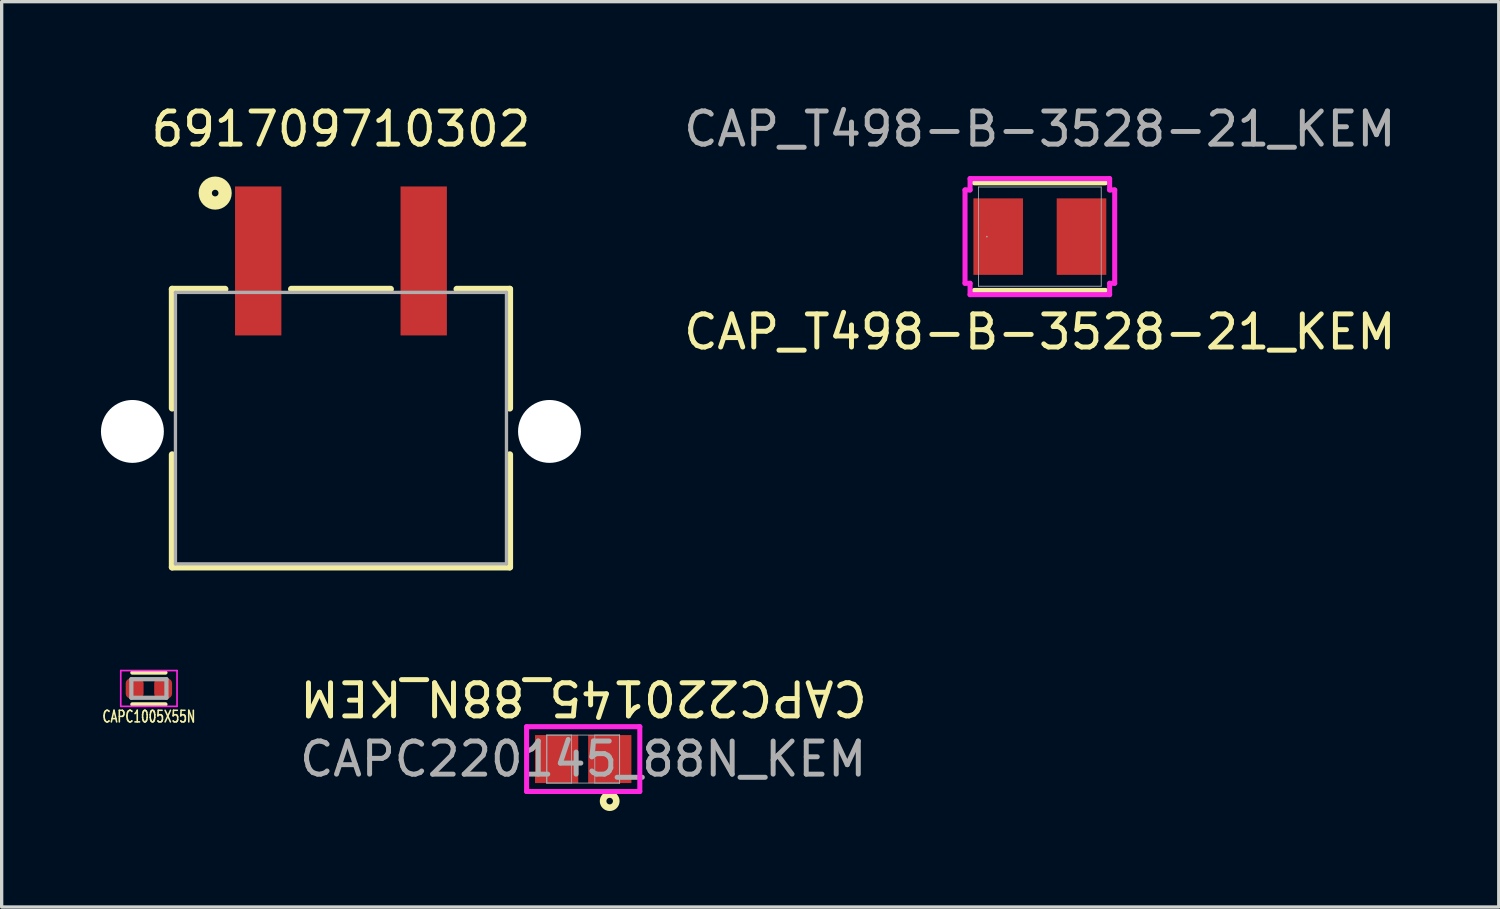
<source format=kicad_pcb>
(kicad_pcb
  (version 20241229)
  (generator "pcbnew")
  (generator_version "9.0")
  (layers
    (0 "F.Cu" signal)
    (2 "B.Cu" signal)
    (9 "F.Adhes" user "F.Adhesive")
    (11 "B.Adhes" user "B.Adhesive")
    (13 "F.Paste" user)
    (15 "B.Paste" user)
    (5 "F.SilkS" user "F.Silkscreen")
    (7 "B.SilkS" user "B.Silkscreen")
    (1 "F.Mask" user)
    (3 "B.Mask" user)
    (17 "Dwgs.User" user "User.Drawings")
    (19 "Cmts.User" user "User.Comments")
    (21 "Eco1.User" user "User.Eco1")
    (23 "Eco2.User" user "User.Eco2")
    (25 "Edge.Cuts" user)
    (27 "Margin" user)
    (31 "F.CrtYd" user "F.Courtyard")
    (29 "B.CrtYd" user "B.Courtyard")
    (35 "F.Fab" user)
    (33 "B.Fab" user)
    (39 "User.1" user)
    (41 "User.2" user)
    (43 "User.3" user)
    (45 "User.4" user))
  (footprint "CAP_T498-B-3528-21_KEM"
    (layer "F.Cu")
    (at 28.363 4.098)
    (property "Reference" "CAP_T498-B-3528-21_KEM" (at 0 2.88 0) (unlocked yes) (layer "F.SilkS") (effects (font (size 1 1) (thickness 0.15))))
    (attr smd)
    (fp_line (start -1.981 1.626) (end 1.981 1.626) (stroke (width 0.152) (type solid)) (layer "F.SilkS"))
    (fp_line (start 1.981 -1.626) (end -1.981 -1.626) (stroke (width 0.152) (type solid)) (layer "F.SilkS"))
    (fp_line (start -2.261 -1.41) (end -2.108 -1.41) (stroke (width 0.152) (type solid)) (layer "F.CrtYd"))
    (fp_line (start -2.261 1.41) (end -2.261 -1.41) (stroke (width 0.152) (type solid)) (layer "F.CrtYd"))
    (fp_line (start -2.108 -1.753) (end 2.108 -1.753) (stroke (width 0.152) (type solid)) (layer "F.CrtYd"))
    (fp_line (start -2.108 -1.41) (end -2.108 -1.753) (stroke (width 0.152) (type solid)) (layer "F.CrtYd"))
    (fp_line (start -2.108 1.41) (end -2.261 1.41) (stroke (width 0.152) (type solid)) (layer "F.CrtYd"))
    (fp_line (start -2.108 1.753) (end -2.108 1.41) (stroke (width 0.152) (type solid)) (layer "F.CrtYd"))
    (fp_line (start 2.108 -1.753) (end 2.108 -1.41) (stroke (width 0.152) (type solid)) (layer "F.CrtYd"))
    (fp_line (start 2.108 -1.41) (end 2.261 -1.41) (stroke (width 0.152) (type solid)) (layer "F.CrtYd"))
    (fp_line (start 2.108 1.41) (end 2.108 1.753) (stroke (width 0.152) (type solid)) (layer "F.CrtYd"))
    (fp_line (start 2.108 1.753) (end -2.108 1.753) (stroke (width 0.152) (type solid)) (layer "F.CrtYd"))
    (fp_line (start 2.261 -1.41) (end 2.261 1.41) (stroke (width 0.152) (type solid)) (layer "F.CrtYd"))
    (fp_line (start 2.261 1.41) (end 2.108 1.41) (stroke (width 0.152) (type solid)) (layer "F.CrtYd"))
    (fp_line (start -1.854 -1.499) (end -1.854 1.499) (stroke (width 0.025) (type solid)) (layer "F.Fab"))
    (fp_line (start -1.854 1.499) (end 1.854 1.499) (stroke (width 0.025) (type solid)) (layer "F.Fab"))
    (fp_line (start 1.854 -1.499) (end -1.854 -1.499) (stroke (width 0.025) (type solid)) (layer "F.Fab"))
    (fp_line (start 1.854 1.499) (end 1.854 -1.499) (stroke (width 0.025) (type solid)) (layer "F.Fab"))
    (fp_circle (center -1.6 0) (end -1.6 0) (stroke (width 0.025) (type solid)) (fill no) (layer "F.Fab"))
    (fp_text user "${REFERENCE}" (at 0 -3.25 0) (unlocked yes) (layer "F.Fab") (effects (font (size 1 1) (thickness 0.15))))
    (pad "1" smd rect (at -1.258 0 90) (size 2.311 1.498) (layers "F.Cu" "F.Mask" "F.Paste"))
    (pad "2" smd rect (at 1.258 0 90) (size 2.311 1.498) (layers "F.Cu" "F.Mask" "F.Paste"))
    (zone (net_name "") (layer "F.Cu") (hatch full 0.508) (connect_pads) (min_thickness 0.254) (filled_areas_thickness no) (keepout (tracks not_allowed) (vias not_allowed) (pads allowed) (copperpour not_allowed) (footprints allowed)) (placement (enabled no)) (fill) (polygon (pts (xy 26.556 2.658) (xy 26.923 2.658) (xy 26.923 2.9) (xy 26.556 2.9))))
    (zone (net_name "") (layer "F.Cu") (hatch full 0.508) (connect_pads) (min_thickness 0.254) (filled_areas_thickness no) (keepout (tracks not_allowed) (vias not_allowed) (pads allowed) (copperpour not_allowed) (footprints allowed)) (placement (enabled no)) (fill) (polygon (pts (xy 26.556 5.298) (xy 26.923 5.298) (xy 26.923 5.54) (xy 26.556 5.54))))
    (zone (net_name "") (layer "F.Cu") (hatch full 0.508) (connect_pads) (min_thickness 0.254) (filled_areas_thickness no) (keepout (tracks not_allowed) (vias not_allowed) (pads allowed) (copperpour not_allowed) (footprints allowed)) (placement (enabled no)) (fill) (polygon (pts (xy 27.47 2.65) (xy 29.266 2.65) (xy 29.266 2.892) (xy 27.47 2.892))))
    (zone (net_name "") (layer "F.Cu") (hatch full 0.508) (connect_pads) (min_thickness 0.254) (filled_areas_thickness no) (keepout (tracks not_allowed) (vias not_allowed) (pads allowed) (copperpour not_allowed) (footprints allowed)) (placement (enabled no)) (fill) (polygon (pts (xy 27.47 5.305) (xy 29.266 5.305) (xy 29.266 5.546) (xy 27.47 5.546))))
    (zone (net_name "") (layer "F.Cu") (hatch full 0.508) (connect_pads) (min_thickness 0.254) (filled_areas_thickness no) (keepout (tracks not_allowed) (vias not_allowed) (pads allowed) (copperpour not_allowed) (footprints allowed)) (placement (enabled no)) (fill) (polygon (pts (xy 27.905 2.892) (xy 28.821 2.892) (xy 28.821 5.305) (xy 27.905 5.305))))
    (zone (net_name "") (layer "F.Cu") (hatch full 0.508) (connect_pads) (min_thickness 0.254) (filled_areas_thickness no) (keepout (tracks not_allowed) (vias not_allowed) (pads allowed) (copperpour not_allowed) (footprints allowed)) (placement (enabled no)) (fill) (polygon (pts (xy 29.796 5.298) (xy 30.163 5.298) (xy 30.163 5.54) (xy 29.796 5.54))))
    (zone (net_name "") (layer "F.Cu") (hatch full 0.508) (connect_pads) (min_thickness 0.254) (filled_areas_thickness no) (keepout (tracks not_allowed) (vias not_allowed) (pads allowed) (copperpour not_allowed) (footprints allowed)) (placement (enabled no)) (fill) (polygon (pts (xy 29.81 2.657) (xy 30.176 2.657) (xy 30.176 2.898) (xy 29.81 2.898)))))
  (footprint "CAPC1005X55N"
    (layer "F.Cu")
    (at 1.448 17.748)
    (property "Reference" "CAPC1005X55N" (at 0 0.85 0) (layer "F.SilkS") (effects (font (size 0.35 0.242) (thickness 0.048) (bold yes))))
    (attr smd)
    (fp_line (start -0.5 0.48) (end 0.5 0.48) (stroke (width 0.127) (type solid)) (layer "F.SilkS"))
    (fp_line (start 0.5 -0.48) (end -0.5 -0.48) (stroke (width 0.127) (type solid)) (layer "F.SilkS"))
    (fp_line (start -0.85 -0.54) (end -0.85 0.54) (stroke (width 0.05) (type solid)) (layer "F.CrtYd"))
    (fp_line (start -0.85 0.54) (end 0.85 0.54) (stroke (width 0.05) (type solid)) (layer "F.CrtYd"))
    (fp_line (start 0.85 -0.54) (end -0.85 -0.54) (stroke (width 0.05) (type solid)) (layer "F.CrtYd"))
    (fp_line (start 0.85 0.54) (end 0.85 -0.54) (stroke (width 0.05) (type solid)) (layer "F.CrtYd"))
    (fp_line (start -0.53 -0.28) (end -0.53 0.28) (stroke (width 0.127) (type solid)) (layer "F.Fab"))
    (fp_line (start -0.53 0.28) (end 0.53 0.28) (stroke (width 0.127) (type solid)) (layer "F.Fab"))
    (fp_line (start 0.53 -0.28) (end -0.53 -0.28) (stroke (width 0.127) (type solid)) (layer "F.Fab"))
    (fp_line (start 0.53 0.28) (end 0.53 -0.28) (stroke (width 0.127) (type solid)) (layer "F.Fab"))
    (pad "1" smd roundrect (at -0.43 0) (size 0.54 0.6) (layers "F.Cu" "F.Mask" "F.Paste") (roundrect_rratio 0.265))
    (pad "2" smd roundrect (at 0.43 0) (size 0.54 0.6) (layers "F.Cu" "F.Mask" "F.Paste") (roundrect_rratio 0.265)))
  (footprint "691709710302"
    (layer "F.Cu")
    (at 7.25 9.983)
    (property "Reference" "691709710302" (at 0 -9.135 0) (layer "F.SilkS") (effects (font (size 1 1) (thickness 0.15))))
    (attr smd)
    (fp_line (start -5.1 -4.3) (end -5.1 -0.7) (stroke (width 0.2) (type solid)) (layer "F.SilkS"))
    (fp_line (start -5.1 0.7) (end -5.1 4.1) (stroke (width 0.2) (type solid)) (layer "F.SilkS"))
    (fp_line (start -5.1 4.1) (end 5.1 4.1) (stroke (width 0.2) (type solid)) (layer "F.SilkS"))
    (fp_line (start -3.5 -4.3) (end -5.1 -4.3) (stroke (width 0.2) (type solid)) (layer "F.SilkS"))
    (fp_line (start -1.5 -4.3) (end 1.5 -4.3) (stroke (width 0.2) (type solid)) (layer "F.SilkS"))
    (fp_line (start 5.1 -4.3) (end 3.5 -4.3) (stroke (width 0.2) (type solid)) (layer "F.SilkS"))
    (fp_line (start 5.1 -0.7) (end 5.1 -4.3) (stroke (width 0.2) (type solid)) (layer "F.SilkS"))
    (fp_line (start 5.1 4.1) (end 5.1 0.7) (stroke (width 0.2) (type solid)) (layer "F.SilkS"))
    (fp_circle (center -3.8 -7.2) (end -3.7 -7.2) (stroke (width 0.4) (type solid)) (fill no) (layer "F.SilkS"))
    (fp_line (start -5 -4.2) (end 5 -4.2) (stroke (width 0.1) (type solid)) (layer "F.Fab"))
    (fp_line (start -5 4) (end -5 -4.2) (stroke (width 0.1) (type solid)) (layer "F.Fab"))
    (fp_line (start 5 -4.2) (end 5 4) (stroke (width 0.1) (type solid)) (layer "F.Fab"))
    (fp_line (start 5 4) (end -5 4) (stroke (width 0.1) (type solid)) (layer "F.Fab"))
    (pad "" np_thru_hole circle (at -6.3 0) (size 1.9 1.9) (drill 1.9) (layers "*.Cu" "*.Mask"))
    (pad "" np_thru_hole circle (at 6.3 0) (size 1.9 1.9) (drill 1.9) (layers "*.Cu" "*.Mask"))
    (pad "1" smd rect (at -2.5 -5.15) (size 1.4 4.5) (layers "F.Cu" "F.Mask" "F.Paste"))
    (pad "2" smd rect (at 2.5 -5.15) (size 1.4 4.5) (layers "F.Cu" "F.Mask" "F.Paste")))
  (footprint "CAPC220145_88N_KEM"
    (layer "F.Cu")
    (at 14.568 19.881)
    (property "Reference" "CAPC220145_88N_KEM" (at 0.01 -1.85 180) (unlocked yes) (layer "F.SilkS") (effects (font (size 1 1) (thickness 0.15))))
    (attr smd)
    (fp_circle (center 0.8 1.27) (end 0.87 1.2) (stroke (width 0.2) (type solid)) (fill no) (layer "F.SilkS"))
    (fp_line (start -1.71 -0.979) (end 1.71 -0.979) (stroke (width 0.152) (type solid)) (layer "F.CrtYd"))
    (fp_line (start -1.71 0.979) (end -1.71 -0.979) (stroke (width 0.152) (type solid)) (layer "F.CrtYd"))
    (fp_line (start 1.71 -0.979) (end 1.71 0.979) (stroke (width 0.152) (type solid)) (layer "F.CrtYd"))
    (fp_line (start 1.71 0.979) (end -1.71 0.979) (stroke (width 0.152) (type solid)) (layer "F.CrtYd"))
    (fp_line (start -1.1 -0.725) (end -1.1 0.725) (stroke (width 0.025) (type solid)) (layer "F.Fab"))
    (fp_line (start -1.1 -0.725) (end -1.1 0.725) (stroke (width 0.025) (type solid)) (layer "F.Fab"))
    (fp_line (start -1.1 0.725) (end -0.35 0.725) (stroke (width 0.025) (type solid)) (layer "F.Fab"))
    (fp_line (start -1.1 0.725) (end 1.1 0.725) (stroke (width 0.025) (type solid)) (layer "F.Fab"))
    (fp_line (start -0.35 -0.725) (end -1.1 -0.725) (stroke (width 0.025) (type solid)) (layer "F.Fab"))
    (fp_line (start -0.35 0.725) (end -0.35 -0.725) (stroke (width 0.025) (type solid)) (layer "F.Fab"))
    (fp_line (start 0.35 -0.725) (end 0.35 0.725) (stroke (width 0.025) (type solid)) (layer "F.Fab"))
    (fp_line (start 0.35 0.725) (end 1.1 0.725) (stroke (width 0.025) (type solid)) (layer "F.Fab"))
    (fp_line (start 1.1 -0.725) (end -1.1 -0.725) (stroke (width 0.025) (type solid)) (layer "F.Fab"))
    (fp_line (start 1.1 -0.725) (end 0.35 -0.725) (stroke (width 0.025) (type solid)) (layer "F.Fab"))
    (fp_line (start 1.1 0.725) (end 1.1 -0.725) (stroke (width 0.025) (type solid)) (layer "F.Fab"))
    (fp_line (start 1.1 0.725) (end 1.1 -0.725) (stroke (width 0.025) (type solid)) (layer "F.Fab"))
    (fp_text user "${REFERENCE}" (at 0 0 0) (unlocked yes) (layer "F.Fab") (effects (font (size 1 1) (thickness 0.15))))
    (pad "1" smd rect (at -0.803 0) (size 1.306 1.45) (layers "F.Cu" "F.Mask" "F.Paste"))
    (pad "2" smd rect (at 0.803 0) (size 1.306 1.45) (layers "F.Cu" "F.Mask" "F.Paste"))
    (zone (net_name "") (layer "F.Cu") (hatch full 0.508) (connect_pads) (min_thickness 0.254) (filled_areas_thickness no) (keepout (tracks not_allowed) (vias not_allowed) (pads allowed) (copperpour not_allowed) (footprints allowed)) (placement (enabled no)) (fill) (polygon (pts (xy 14.469 19.207) (xy 14.667 19.207) (xy 14.667 20.556) (xy 14.469 20.556)))))
  (gr_rect
    (start -3 -3)
    (end 42.226 24.35)
    (stroke (width 0.1) (type default))
    (fill no)
    (layer "Edge.Cuts")))
</source>
